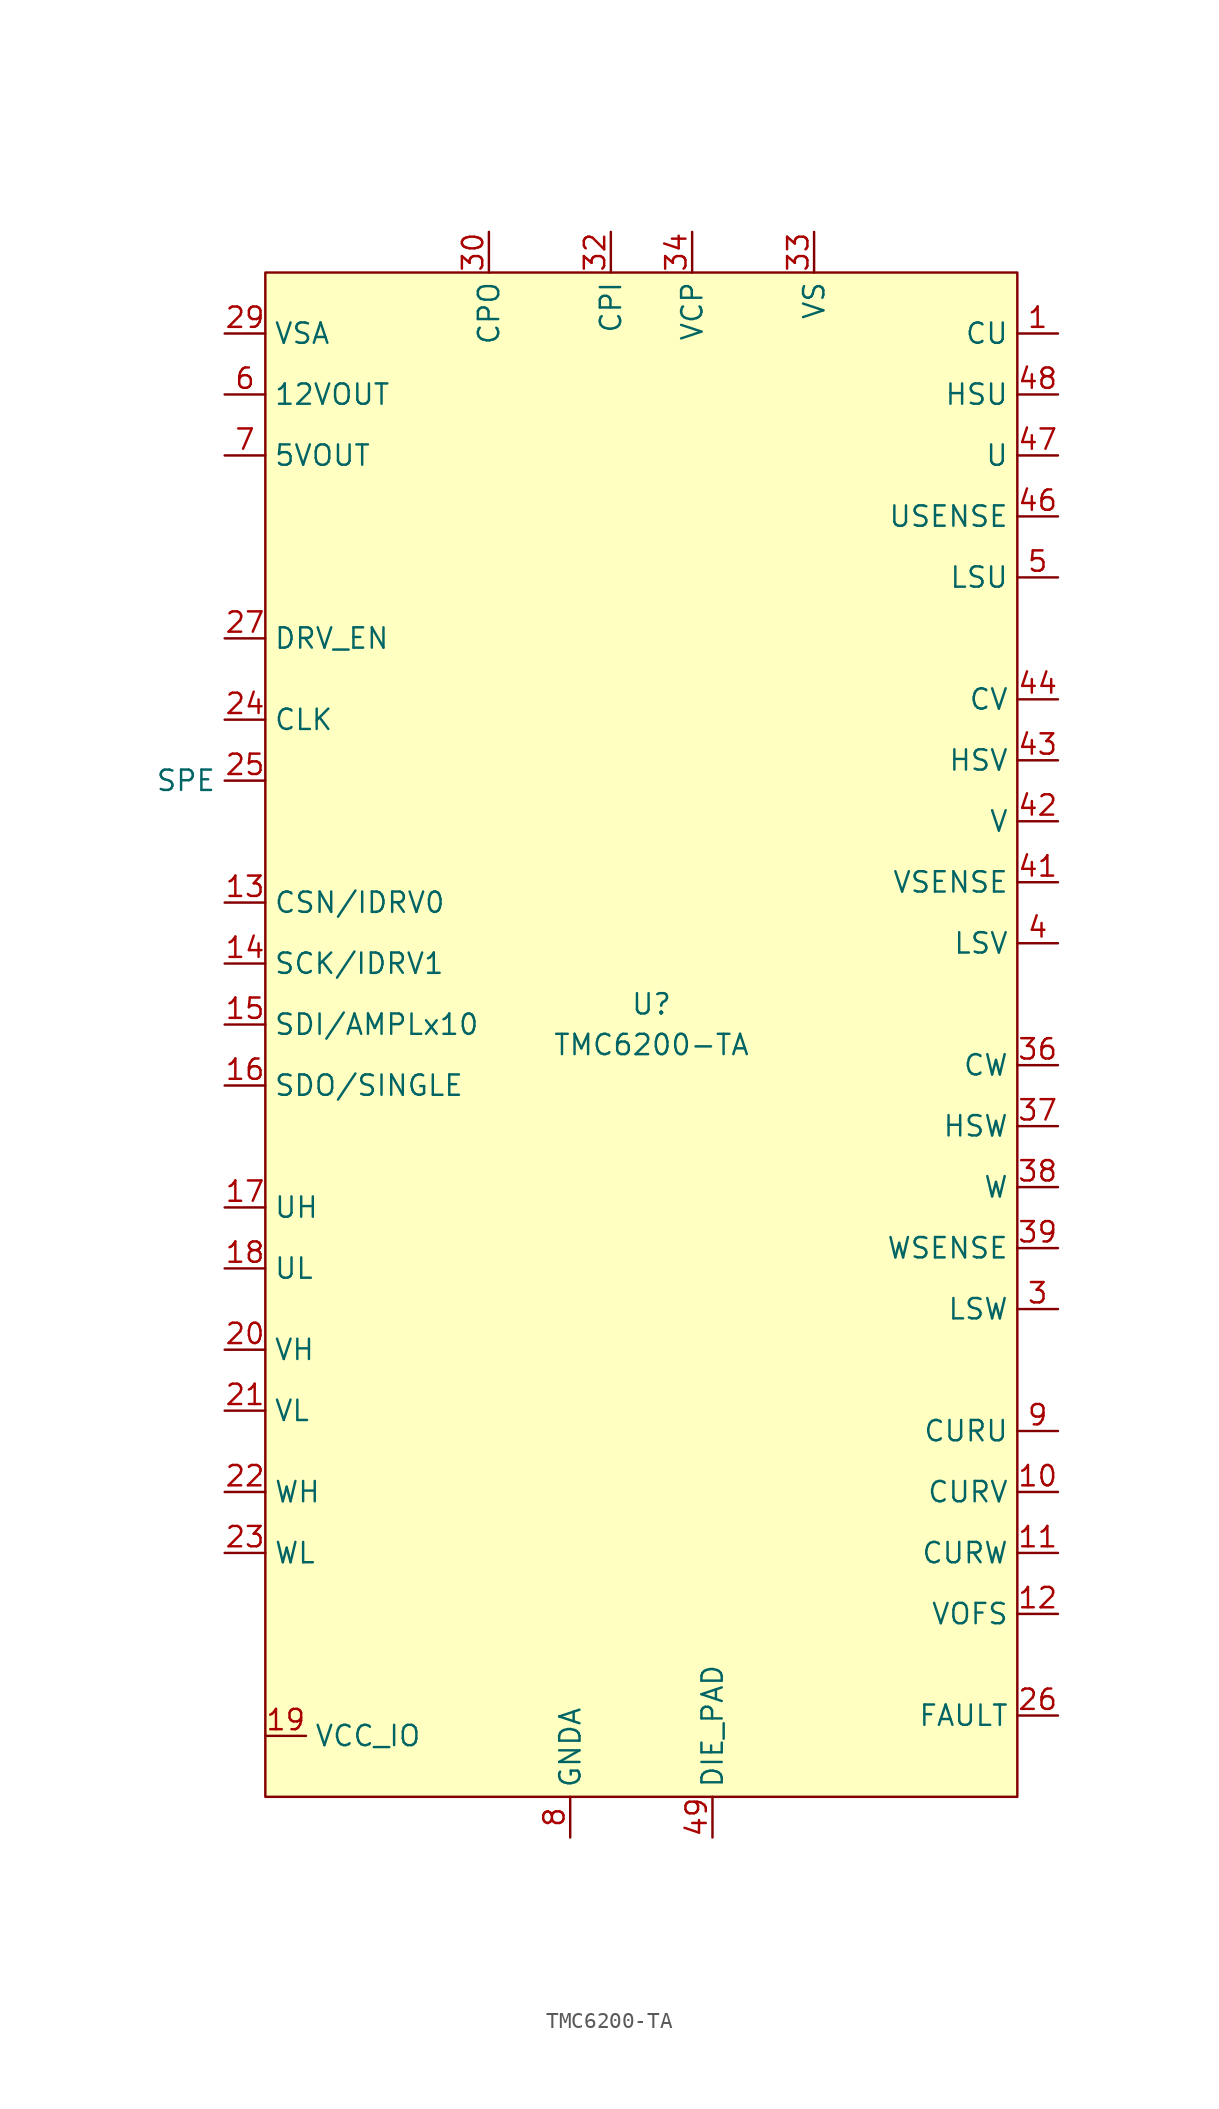
<source format=kicad_sym>
(kicad_symbol_lib
  (version 20211014)
  (generator kicad_symbol_editor)
  (symbol "TMC6200-TA"
    (property "Reference" "U"
      (at 0 1.27 0)
      (effects (font (size 1.27 1.27))))
    (property "Value" "TMC6200-TA"
      (at 0 -1.27 0)
      (effects (font (size 1.27 1.27))))
    (symbol "TMC6200-TA_0_1"
      (rectangle (start -24.13 46.99) (end 22.86 -48.26) (stroke (width 0) (type default) (color 0 0 0 0)) (fill (type background))))
    (symbol "TMC6200-TA_1_1"
      (pin input line (at 25.4 43.18 180) (length 2.54) (name "CU" (effects (font (size 1.27 1.27)))) (number "1" (effects (font (size 1.27 1.27)))))
      (pin output line (at 25.4 -29.21 180) (length 2.54) (name "CURV" (effects (font (size 1.27 1.27)))) (number "10" (effects (font (size 1.27 1.27)))))
      (pin output line (at 25.4 -33.02 180) (length 2.54) (name "CURW" (effects (font (size 1.27 1.27)))) (number "11" (effects (font (size 1.27 1.27)))))
      (pin output line (at 25.4 -36.83 180) (length 2.54) (name "VOFS" (effects (font (size 1.27 1.27)))) (number "12" (effects (font (size 1.27 1.27)))))
      (pin input line (at -26.67 7.62 0) (length 2.54) (name "CSN/IDRV0" (effects (font (size 1.27 1.27)))) (number "13" (effects (font (size 1.27 1.27)))))
      (pin input line (at -26.67 3.81 0) (length 2.54) (name "SCK/IDRV1" (effects (font (size 1.27 1.27)))) (number "14" (effects (font (size 1.27 1.27)))))
      (pin input line (at -26.67 0 0) (length 2.54) (name "SDI/AMPLx10" (effects (font (size 1.27 1.27)))) (number "15" (effects (font (size 1.27 1.27)))))
      (pin output line (at -26.67 -3.81 0) (length 2.54) (name "SDO/SINGLE" (effects (font (size 1.27 1.27)))) (number "16" (effects (font (size 1.27 1.27)))))
      (pin input line (at -26.67 -11.43 0) (length 2.54) (name "UH" (effects (font (size 1.27 1.27)))) (number "17" (effects (font (size 1.27 1.27)))))
      (pin input line (at -26.67 -15.24 0) (length 2.54) (name "UL" (effects (font (size 1.27 1.27)))) (number "18" (effects (font (size 1.27 1.27)))))
      (pin input line (at -24.13 -44.45 0) (length 2.54) (name "VCC_IO" (effects (font (size 1.27 1.27)))) (number "19" (effects (font (size 1.27 1.27)))))
      (pin no_connect line (at -16.51 -50.8 90) (length 2.54) hide (name "DNC" (effects (font (size 1.27 1.27)))) (number "2" (effects (font (size 1.27 1.27)))))
      (pin input line (at -26.67 -20.32 0) (length 2.54) (name "VH" (effects (font (size 1.27 1.27)))) (number "20" (effects (font (size 1.27 1.27)))))
      (pin input line (at -26.67 -24.13 0) (length 2.54) (name "VL" (effects (font (size 1.27 1.27)))) (number "21" (effects (font (size 1.27 1.27)))))
      (pin input line (at -26.67 -29.21 0) (length 2.54) (name "WH" (effects (font (size 1.27 1.27)))) (number "22" (effects (font (size 1.27 1.27)))))
      (pin input line (at -26.67 -33.02 0) (length 2.54) (name "WL" (effects (font (size 1.27 1.27)))) (number "23" (effects (font (size 1.27 1.27)))))
      (pin input line (at -26.67 19.05 0) (length 2.54) (name "CLK" (effects (font (size 1.27 1.27)))) (number "24" (effects (font (size 1.27 1.27)))))
      (pin input line (at -24.13 15.24 180) (length 2.54) (name "SPE" (effects (font (size 1.27 1.27)))) (number "25" (effects (font (size 1.27 1.27)))))
      (pin output line (at 25.4 -43.18 180) (length 2.54) (name "FAULT" (effects (font (size 1.27 1.27)))) (number "26" (effects (font (size 1.27 1.27)))))
      (pin input line (at -26.67 24.13 0) (length 2.54) (name "DRV_EN" (effects (font (size 1.27 1.27)))) (number "27" (effects (font (size 1.27 1.27)))))
      (pin no_connect line (at -13.97 -50.8 90) (length 2.54) hide (name "DNC" (effects (font (size 1.27 1.27)))) (number "28" (effects (font (size 1.27 1.27)))))
      (pin input line (at -26.67 43.18 0) (length 2.54) (name "VSA" (effects (font (size 1.27 1.27)))) (number "29" (effects (font (size 1.27 1.27)))))
      (pin output line (at 25.4 -17.78 180) (length 2.54) (name "LSW" (effects (font (size 1.27 1.27)))) (number "3" (effects (font (size 1.27 1.27)))))
      (pin output line (at -10.16 49.53 270) (length 2.54) (name "CPO" (effects (font (size 1.27 1.27)))) (number "30" (effects (font (size 1.27 1.27)))))
      (pin no_connect line (at -11.43 -50.8 90) (length 2.54) hide (name "DNC" (effects (font (size 1.27 1.27)))) (number "31" (effects (font (size 1.27 1.27)))))
      (pin input line (at -2.54 49.53 270) (length 2.54) (name "CPI" (effects (font (size 1.27 1.27)))) (number "32" (effects (font (size 1.27 1.27)))))
      (pin power_in line (at 10.16 49.53 270) (length 2.54) (name "VS" (effects (font (size 1.27 1.27)))) (number "33" (effects (font (size 1.27 1.27)))))
      (pin power_in line (at 2.54 49.53 270) (length 2.54) (name "VCP" (effects (font (size 1.27 1.27)))) (number "34" (effects (font (size 1.27 1.27)))))
      (pin no_connect line (at 8.89 -50.8 90) (length 2.54) hide (name "DNC" (effects (font (size 1.27 1.27)))) (number "35" (effects (font (size 1.27 1.27)))))
      (pin input line (at 25.4 -2.54 180) (length 2.54) (name "CW" (effects (font (size 1.27 1.27)))) (number "36" (effects (font (size 1.27 1.27)))))
      (pin output line (at 25.4 -6.35 180) (length 2.54) (name "HSW" (effects (font (size 1.27 1.27)))) (number "37" (effects (font (size 1.27 1.27)))))
      (pin input line (at 25.4 -10.16 180) (length 2.54) (name "W" (effects (font (size 1.27 1.27)))) (number "38" (effects (font (size 1.27 1.27)))))
      (pin input line (at 25.4 -13.97 180) (length 2.54) (name "WSENSE" (effects (font (size 1.27 1.27)))) (number "39" (effects (font (size 1.27 1.27)))))
      (pin output line (at 25.4 5.08 180) (length 2.54) (name "LSV" (effects (font (size 1.27 1.27)))) (number "4" (effects (font (size 1.27 1.27)))))
      (pin no_connect line (at 11.43 -50.8 90) (length 2.54) hide (name "DNC" (effects (font (size 1.27 1.27)))) (number "40" (effects (font (size 1.27 1.27)))))
      (pin input line (at 25.4 8.89 180) (length 2.54) (name "VSENSE" (effects (font (size 1.27 1.27)))) (number "41" (effects (font (size 1.27 1.27)))))
      (pin input line (at 25.4 12.7 180) (length 2.54) (name "V" (effects (font (size 1.27 1.27)))) (number "42" (effects (font (size 1.27 1.27)))))
      (pin output line (at 25.4 16.51 180) (length 2.54) (name "HSV" (effects (font (size 1.27 1.27)))) (number "43" (effects (font (size 1.27 1.27)))))
      (pin input line (at 25.4 20.32 180) (length 2.54) (name "CV" (effects (font (size 1.27 1.27)))) (number "44" (effects (font (size 1.27 1.27)))))
      (pin no_connect line (at 13.97 -50.8 90) (length 2.54) hide (name "DNC" (effects (font (size 1.27 1.27)))) (number "45" (effects (font (size 1.27 1.27)))))
      (pin input line (at 25.4 31.75 180) (length 2.54) (name "USENSE" (effects (font (size 1.27 1.27)))) (number "46" (effects (font (size 1.27 1.27)))))
      (pin input line (at 25.4 35.56 180) (length 2.54) (name "U" (effects (font (size 1.27 1.27)))) (number "47" (effects (font (size 1.27 1.27)))))
      (pin output line (at 25.4 39.37 180) (length 2.54) (name "HSU" (effects (font (size 1.27 1.27)))) (number "48" (effects (font (size 1.27 1.27)))))
      (pin input line (at 3.81 -50.8 90) (length 2.54) (name "DIE_PAD" (effects (font (size 1.27 1.27)))) (number "49" (effects (font (size 1.27 1.27)))))
      (pin output line (at 25.4 27.94 180) (length 2.54) (name "LSU" (effects (font (size 1.27 1.27)))) (number "5" (effects (font (size 1.27 1.27)))))
      (pin bidirectional line (at -26.67 39.37 0) (length 2.54) (name "12VOUT" (effects (font (size 1.27 1.27)))) (number "6" (effects (font (size 1.27 1.27)))))
      (pin bidirectional line (at -26.67 35.56 0) (length 2.54) (name "5VOUT" (effects (font (size 1.27 1.27)))) (number "7" (effects (font (size 1.27 1.27)))))
      (pin power_in line (at -5.08 -50.8 90) (length 2.54) (name "GNDA" (effects (font (size 1.27 1.27)))) (number "8" (effects (font (size 1.27 1.27)))))
      (pin output line (at 25.4 -25.4 180) (length 2.54) (name "CURU" (effects (font (size 1.27 1.27)))) (number "9" (effects (font (size 1.27 1.27))))))))
</source>
